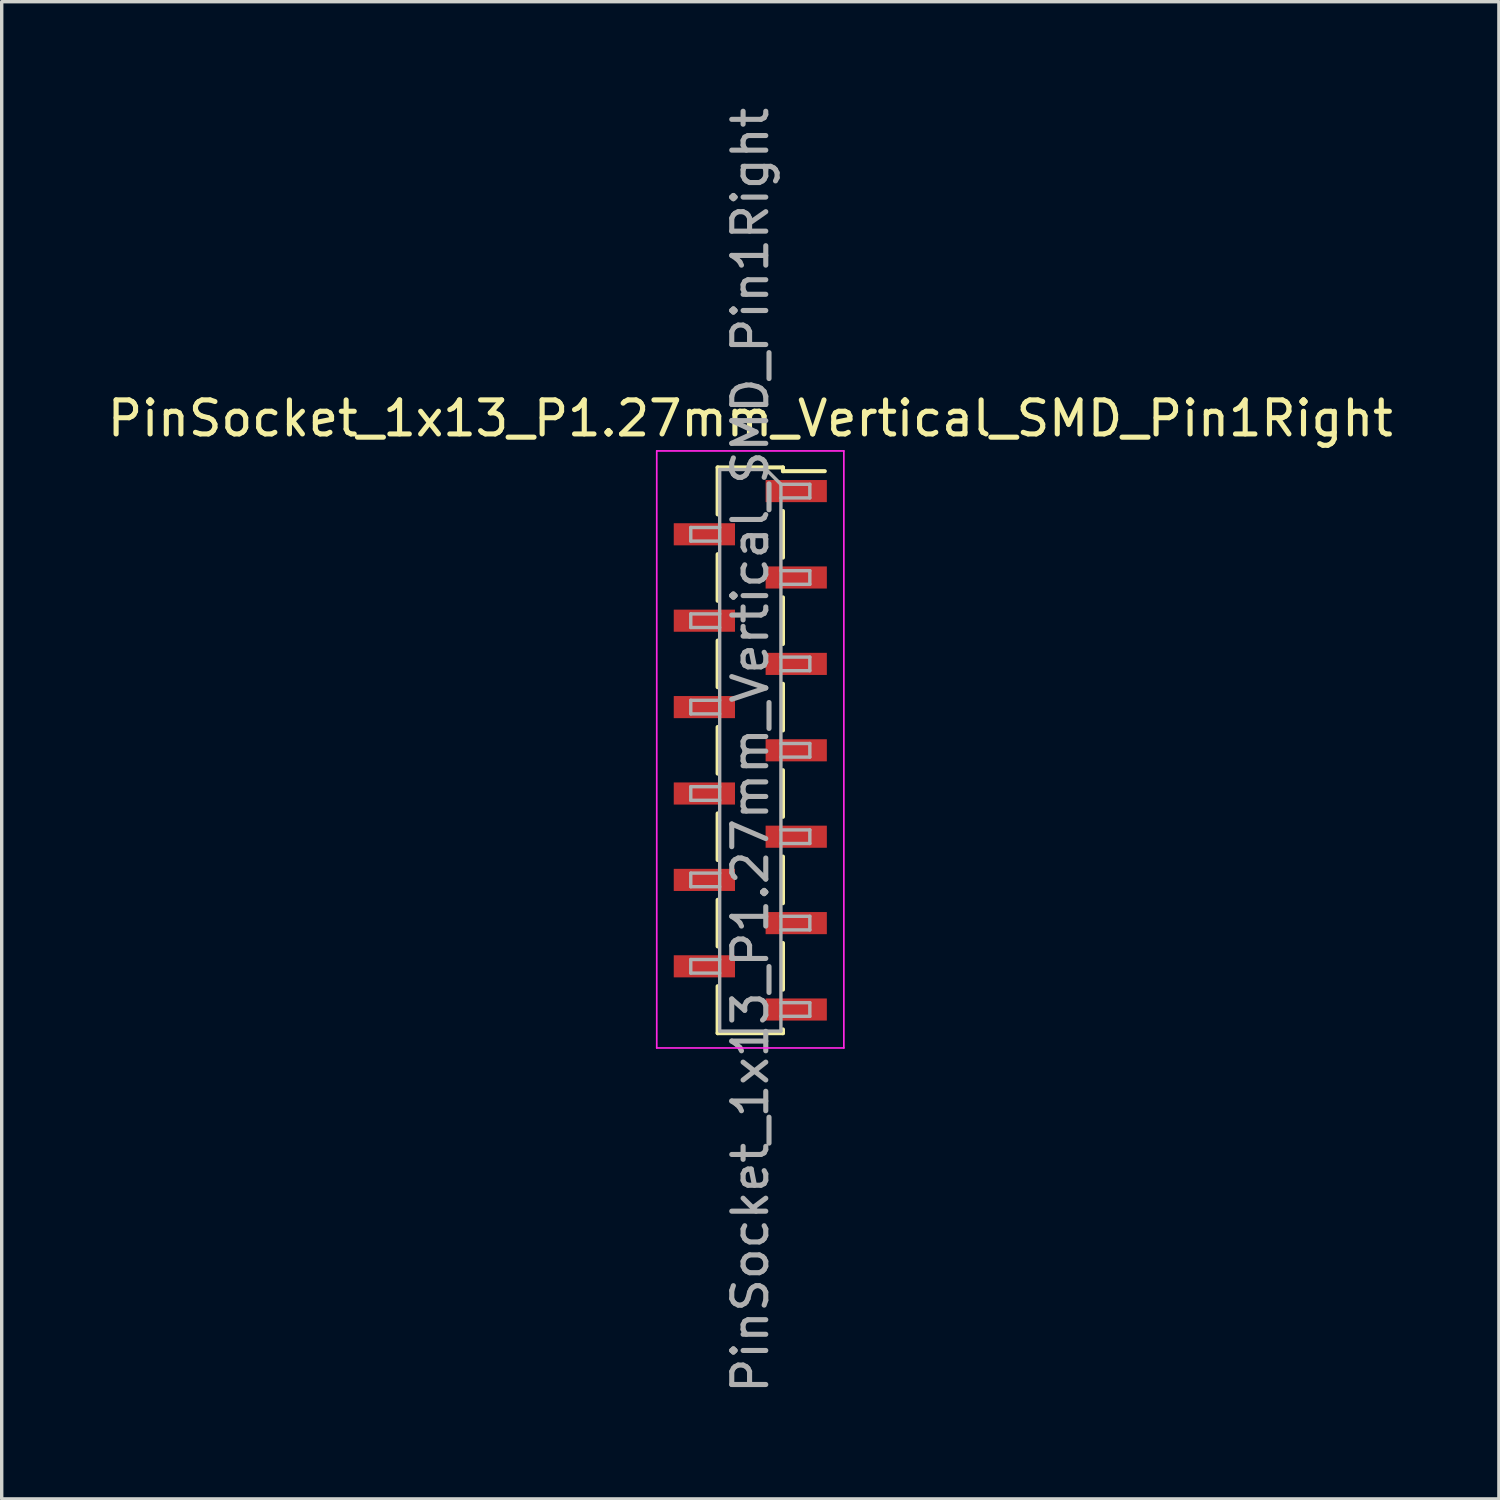
<source format=kicad_pcb>
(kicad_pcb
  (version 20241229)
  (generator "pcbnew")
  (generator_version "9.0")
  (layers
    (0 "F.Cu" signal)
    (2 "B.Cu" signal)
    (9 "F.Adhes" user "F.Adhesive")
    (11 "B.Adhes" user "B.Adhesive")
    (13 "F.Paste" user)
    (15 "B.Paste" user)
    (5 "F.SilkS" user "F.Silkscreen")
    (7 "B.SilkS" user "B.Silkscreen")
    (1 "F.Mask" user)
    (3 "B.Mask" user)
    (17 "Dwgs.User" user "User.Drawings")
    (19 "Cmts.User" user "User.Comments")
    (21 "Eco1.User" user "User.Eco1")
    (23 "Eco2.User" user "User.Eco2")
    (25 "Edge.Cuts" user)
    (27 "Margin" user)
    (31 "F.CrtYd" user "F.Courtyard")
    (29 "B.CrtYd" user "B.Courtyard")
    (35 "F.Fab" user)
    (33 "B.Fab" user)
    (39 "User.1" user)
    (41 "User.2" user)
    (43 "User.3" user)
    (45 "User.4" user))
  (footprint "PinSocket_1x13_P1.27mm_Vertical_SMD_Pin1Right"
    (layer "F.Cu")
    (at 19.006 19.006)
    (property "Reference" "PinSocket_1x13_P1.27mm_Vertical_SMD_Pin1Right" (at 0 -9.755 0) (layer "F.SilkS") (effects (font (size 1 1) (thickness 0.15))))
    (attr smd)
    (fp_line (start -0.96 -8.315) (end -0.96 -6.935) (stroke (width 0.12) (type solid)) (layer "F.SilkS"))
    (fp_line (start -0.96 -8.315) (end 0.96 -8.315) (stroke (width 0.12) (type solid)) (layer "F.SilkS"))
    (fp_line (start -0.96 -5.765) (end -0.96 -4.395) (stroke (width 0.12) (type solid)) (layer "F.SilkS"))
    (fp_line (start -0.96 -3.225) (end -0.96 -1.855) (stroke (width 0.12) (type solid)) (layer "F.SilkS"))
    (fp_line (start -0.96 -0.685) (end -0.96 0.685) (stroke (width 0.12) (type solid)) (layer "F.SilkS"))
    (fp_line (start -0.96 1.855) (end -0.96 3.225) (stroke (width 0.12) (type solid)) (layer "F.SilkS"))
    (fp_line (start -0.96 4.395) (end -0.96 5.765) (stroke (width 0.12) (type solid)) (layer "F.SilkS"))
    (fp_line (start -0.96 6.935) (end -0.96 8.315) (stroke (width 0.12) (type solid)) (layer "F.SilkS"))
    (fp_line (start -0.96 8.315) (end 0.96 8.315) (stroke (width 0.12) (type solid)) (layer "F.SilkS"))
    (fp_line (start 0.96 -8.315) (end 0.96 -8.205) (stroke (width 0.12) (type solid)) (layer "F.SilkS"))
    (fp_line (start 0.96 -8.205) (end 2.19 -8.205) (stroke (width 0.12) (type solid)) (layer "F.SilkS"))
    (fp_line (start 0.96 -7.035) (end 0.96 -5.665) (stroke (width 0.12) (type solid)) (layer "F.SilkS"))
    (fp_line (start 0.96 -4.495) (end 0.96 -3.125) (stroke (width 0.12) (type solid)) (layer "F.SilkS"))
    (fp_line (start 0.96 -1.955) (end 0.96 -0.585) (stroke (width 0.12) (type solid)) (layer "F.SilkS"))
    (fp_line (start 0.96 0.585) (end 0.96 1.955) (stroke (width 0.12) (type solid)) (layer "F.SilkS"))
    (fp_line (start 0.96 3.125) (end 0.96 4.495) (stroke (width 0.12) (type solid)) (layer "F.SilkS"))
    (fp_line (start 0.96 5.665) (end 0.96 7.035) (stroke (width 0.12) (type solid)) (layer "F.SilkS"))
    (fp_line (start 0.96 8.205) (end 0.96 8.315) (stroke (width 0.12) (type solid)) (layer "F.SilkS"))
    (fp_line (start -2.75 -8.8) (end 2.75 -8.8) (stroke (width 0.05) (type solid)) (layer "F.CrtYd"))
    (fp_line (start -2.75 8.75) (end -2.75 -8.8) (stroke (width 0.05) (type solid)) (layer "F.CrtYd"))
    (fp_line (start 2.75 -8.8) (end 2.75 8.75) (stroke (width 0.05) (type solid)) (layer "F.CrtYd"))
    (fp_line (start 2.75 8.75) (end -2.75 8.75) (stroke (width 0.05) (type solid)) (layer "F.CrtYd"))
    (fp_line (start -1.75 -6.55) (end -0.9 -6.55) (stroke (width 0.1) (type solid)) (layer "F.Fab"))
    (fp_line (start -1.75 -6.15) (end -1.75 -6.55) (stroke (width 0.1) (type solid)) (layer "F.Fab"))
    (fp_line (start -1.75 -4.01) (end -0.9 -4.01) (stroke (width 0.1) (type solid)) (layer "F.Fab"))
    (fp_line (start -1.75 -3.61) (end -1.75 -4.01) (stroke (width 0.1) (type solid)) (layer "F.Fab"))
    (fp_line (start -1.75 -1.47) (end -0.9 -1.47) (stroke (width 0.1) (type solid)) (layer "F.Fab"))
    (fp_line (start -1.75 -1.07) (end -1.75 -1.47) (stroke (width 0.1) (type solid)) (layer "F.Fab"))
    (fp_line (start -1.75 1.07) (end -0.9 1.07) (stroke (width 0.1) (type solid)) (layer "F.Fab"))
    (fp_line (start -1.75 1.47) (end -1.75 1.07) (stroke (width 0.1) (type solid)) (layer "F.Fab"))
    (fp_line (start -1.75 3.61) (end -0.9 3.61) (stroke (width 0.1) (type solid)) (layer "F.Fab"))
    (fp_line (start -1.75 4.01) (end -1.75 3.61) (stroke (width 0.1) (type solid)) (layer "F.Fab"))
    (fp_line (start -1.75 6.15) (end -0.9 6.15) (stroke (width 0.1) (type solid)) (layer "F.Fab"))
    (fp_line (start -1.75 6.55) (end -1.75 6.15) (stroke (width 0.1) (type solid)) (layer "F.Fab"))
    (fp_line (start -0.9 -8.255) (end 0.465 -8.255) (stroke (width 0.1) (type solid)) (layer "F.Fab"))
    (fp_line (start -0.9 -6.15) (end -1.75 -6.15) (stroke (width 0.1) (type solid)) (layer "F.Fab"))
    (fp_line (start -0.9 -3.61) (end -1.75 -3.61) (stroke (width 0.1) (type solid)) (layer "F.Fab"))
    (fp_line (start -0.9 -1.07) (end -1.75 -1.07) (stroke (width 0.1) (type solid)) (layer "F.Fab"))
    (fp_line (start -0.9 1.47) (end -1.75 1.47) (stroke (width 0.1) (type solid)) (layer "F.Fab"))
    (fp_line (start -0.9 4.01) (end -1.75 4.01) (stroke (width 0.1) (type solid)) (layer "F.Fab"))
    (fp_line (start -0.9 6.55) (end -1.75 6.55) (stroke (width 0.1) (type solid)) (layer "F.Fab"))
    (fp_line (start -0.9 8.255) (end -0.9 -8.255) (stroke (width 0.1) (type solid)) (layer "F.Fab"))
    (fp_line (start 0.465 -8.255) (end 0.9 -7.82) (stroke (width 0.1) (type solid)) (layer "F.Fab"))
    (fp_line (start 0.9 -7.82) (end 0.9 8.255) (stroke (width 0.1) (type solid)) (layer "F.Fab"))
    (fp_line (start 0.9 -7.82) (end 1.75 -7.82) (stroke (width 0.1) (type solid)) (layer "F.Fab"))
    (fp_line (start 0.9 -5.28) (end 1.75 -5.28) (stroke (width 0.1) (type solid)) (layer "F.Fab"))
    (fp_line (start 0.9 -2.74) (end 1.75 -2.74) (stroke (width 0.1) (type solid)) (layer "F.Fab"))
    (fp_line (start 0.9 -0.2) (end 1.75 -0.2) (stroke (width 0.1) (type solid)) (layer "F.Fab"))
    (fp_line (start 0.9 2.34) (end 1.75 2.34) (stroke (width 0.1) (type solid)) (layer "F.Fab"))
    (fp_line (start 0.9 4.88) (end 1.75 4.88) (stroke (width 0.1) (type solid)) (layer "F.Fab"))
    (fp_line (start 0.9 7.42) (end 1.75 7.42) (stroke (width 0.1) (type solid)) (layer "F.Fab"))
    (fp_line (start 0.9 8.255) (end -0.9 8.255) (stroke (width 0.1) (type solid)) (layer "F.Fab"))
    (fp_line (start 1.75 -7.82) (end 1.75 -7.42) (stroke (width 0.1) (type solid)) (layer "F.Fab"))
    (fp_line (start 1.75 -7.42) (end 0.9 -7.42) (stroke (width 0.1) (type solid)) (layer "F.Fab"))
    (fp_line (start 1.75 -5.28) (end 1.75 -4.88) (stroke (width 0.1) (type solid)) (layer "F.Fab"))
    (fp_line (start 1.75 -4.88) (end 0.9 -4.88) (stroke (width 0.1) (type solid)) (layer "F.Fab"))
    (fp_line (start 1.75 -2.74) (end 1.75 -2.34) (stroke (width 0.1) (type solid)) (layer "F.Fab"))
    (fp_line (start 1.75 -2.34) (end 0.9 -2.34) (stroke (width 0.1) (type solid)) (layer "F.Fab"))
    (fp_line (start 1.75 -0.2) (end 1.75 0.2) (stroke (width 0.1) (type solid)) (layer "F.Fab"))
    (fp_line (start 1.75 0.2) (end 0.9 0.2) (stroke (width 0.1) (type solid)) (layer "F.Fab"))
    (fp_line (start 1.75 2.34) (end 1.75 2.74) (stroke (width 0.1) (type solid)) (layer "F.Fab"))
    (fp_line (start 1.75 2.74) (end 0.9 2.74) (stroke (width 0.1) (type solid)) (layer "F.Fab"))
    (fp_line (start 1.75 4.88) (end 1.75 5.28) (stroke (width 0.1) (type solid)) (layer "F.Fab"))
    (fp_line (start 1.75 5.28) (end 0.9 5.28) (stroke (width 0.1) (type solid)) (layer "F.Fab"))
    (fp_line (start 1.75 7.42) (end 1.75 7.82) (stroke (width 0.1) (type solid)) (layer "F.Fab"))
    (fp_line (start 1.75 7.82) (end 0.9 7.82) (stroke (width 0.1) (type solid)) (layer "F.Fab"))
    (fp_text user "${REFERENCE}" (at 0 0 90) (layer "F.Fab") (effects (font (size 1 1) (thickness 0.15))))
    (pad "1" smd rect (at 1.35 -7.62) (size 1.8 0.65) (layers "F.Cu" "F.Mask" "F.Paste"))
    (pad "2" smd rect (at -1.35 -6.35) (size 1.8 0.65) (layers "F.Cu" "F.Mask" "F.Paste"))
    (pad "3" smd rect (at 1.35 -5.08) (size 1.8 0.65) (layers "F.Cu" "F.Mask" "F.Paste"))
    (pad "4" smd rect (at -1.35 -3.81) (size 1.8 0.65) (layers "F.Cu" "F.Mask" "F.Paste"))
    (pad "5" smd rect (at 1.35 -2.54) (size 1.8 0.65) (layers "F.Cu" "F.Mask" "F.Paste"))
    (pad "6" smd rect (at -1.35 -1.27) (size 1.8 0.65) (layers "F.Cu" "F.Mask" "F.Paste"))
    (pad "7" smd rect (at 1.35 0) (size 1.8 0.65) (layers "F.Cu" "F.Mask" "F.Paste"))
    (pad "8" smd rect (at -1.35 1.27) (size 1.8 0.65) (layers "F.Cu" "F.Mask" "F.Paste"))
    (pad "9" smd rect (at 1.35 2.54) (size 1.8 0.65) (layers "F.Cu" "F.Mask" "F.Paste"))
    (pad "10" smd rect (at -1.35 3.81) (size 1.8 0.65) (layers "F.Cu" "F.Mask" "F.Paste"))
    (pad "11" smd rect (at 1.35 5.08) (size 1.8 0.65) (layers "F.Cu" "F.Mask" "F.Paste"))
    (pad "12" smd rect (at -1.35 6.35) (size 1.8 0.65) (layers "F.Cu" "F.Mask" "F.Paste"))
    (pad "13" smd rect (at 1.35 7.62) (size 1.8 0.65) (layers "F.Cu" "F.Mask" "F.Paste")))
  (gr_rect
    (start -3 -3)
    (end 41.012 41.012)
    (stroke (width 0.1) (type default))
    (fill no)
    (layer "Edge.Cuts")))
</source>
